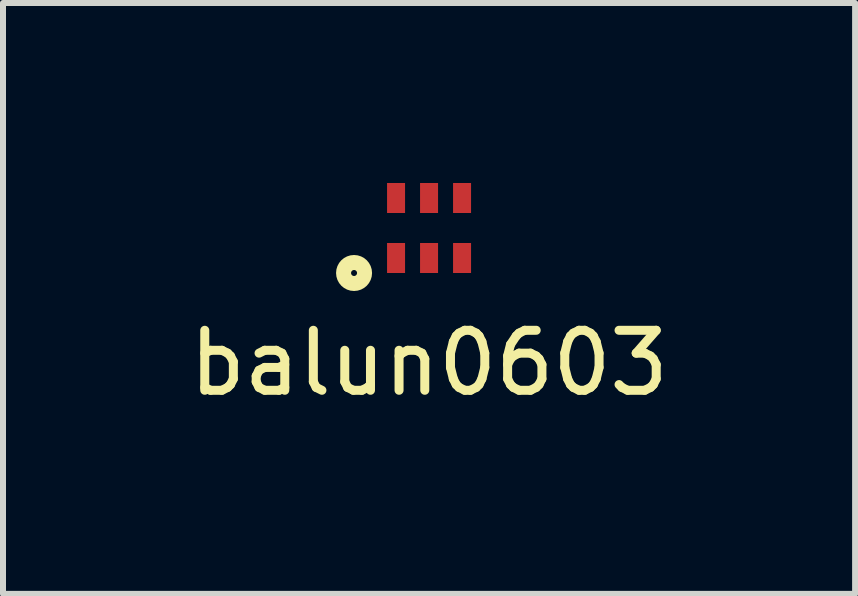
<source format=kicad_pcb>
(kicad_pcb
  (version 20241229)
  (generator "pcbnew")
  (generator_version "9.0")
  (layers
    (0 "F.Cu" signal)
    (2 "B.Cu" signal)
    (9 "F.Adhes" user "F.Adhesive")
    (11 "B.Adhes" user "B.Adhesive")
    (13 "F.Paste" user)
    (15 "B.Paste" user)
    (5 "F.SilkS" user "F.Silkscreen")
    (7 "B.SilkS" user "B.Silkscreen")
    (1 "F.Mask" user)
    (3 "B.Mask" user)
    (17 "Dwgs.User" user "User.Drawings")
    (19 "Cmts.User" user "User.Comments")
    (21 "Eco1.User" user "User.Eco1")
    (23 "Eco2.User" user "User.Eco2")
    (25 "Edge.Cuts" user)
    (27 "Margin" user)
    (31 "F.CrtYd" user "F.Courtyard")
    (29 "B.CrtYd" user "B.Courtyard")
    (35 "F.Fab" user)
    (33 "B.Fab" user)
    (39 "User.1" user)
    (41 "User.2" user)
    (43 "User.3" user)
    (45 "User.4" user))
  (footprint "balun0603"
    (layer "F.Cu")
    (at 4.101 0.75)
    (property "Reference" "balun0603" (at 0 2.25 0) (layer "F.SilkS") (effects (font (size 1 1) (thickness 0.15))))
    (attr through_hole)
    (fp_circle (center -1.25 0.75) (end -1.2 0.75) (stroke (width 0.25) (type solid)) (fill no) (layer "F.SilkS"))
    (pad "1" smd rect (at -0.55 0.5) (size 0.3 0.5) (layers "F.Cu" "F.Mask" "F.Paste"))
    (pad "2" smd rect (at 0 0.5) (size 0.3 0.5) (layers "F.Cu" "F.Mask" "F.Paste"))
    (pad "3" smd rect (at 0.55 0.5) (size 0.3 0.5) (layers "F.Cu" "F.Mask" "F.Paste"))
    (pad "4" smd rect (at 0.55 -0.5) (size 0.3 0.5) (layers "F.Cu" "F.Mask" "F.Paste"))
    (pad "5" smd rect (at 0 -0.5) (size 0.3 0.5) (layers "F.Cu" "F.Mask" "F.Paste"))
    (pad "6" smd rect (at -0.55 -0.5) (size 0.3 0.5) (layers "F.Cu" "F.Mask" "F.Paste")))
  (gr_rect
    (start -3 -3)
    (end 11.202 6.848)
    (stroke (width 0.1) (type default))
    (fill no)
    (layer "Edge.Cuts")))
</source>
